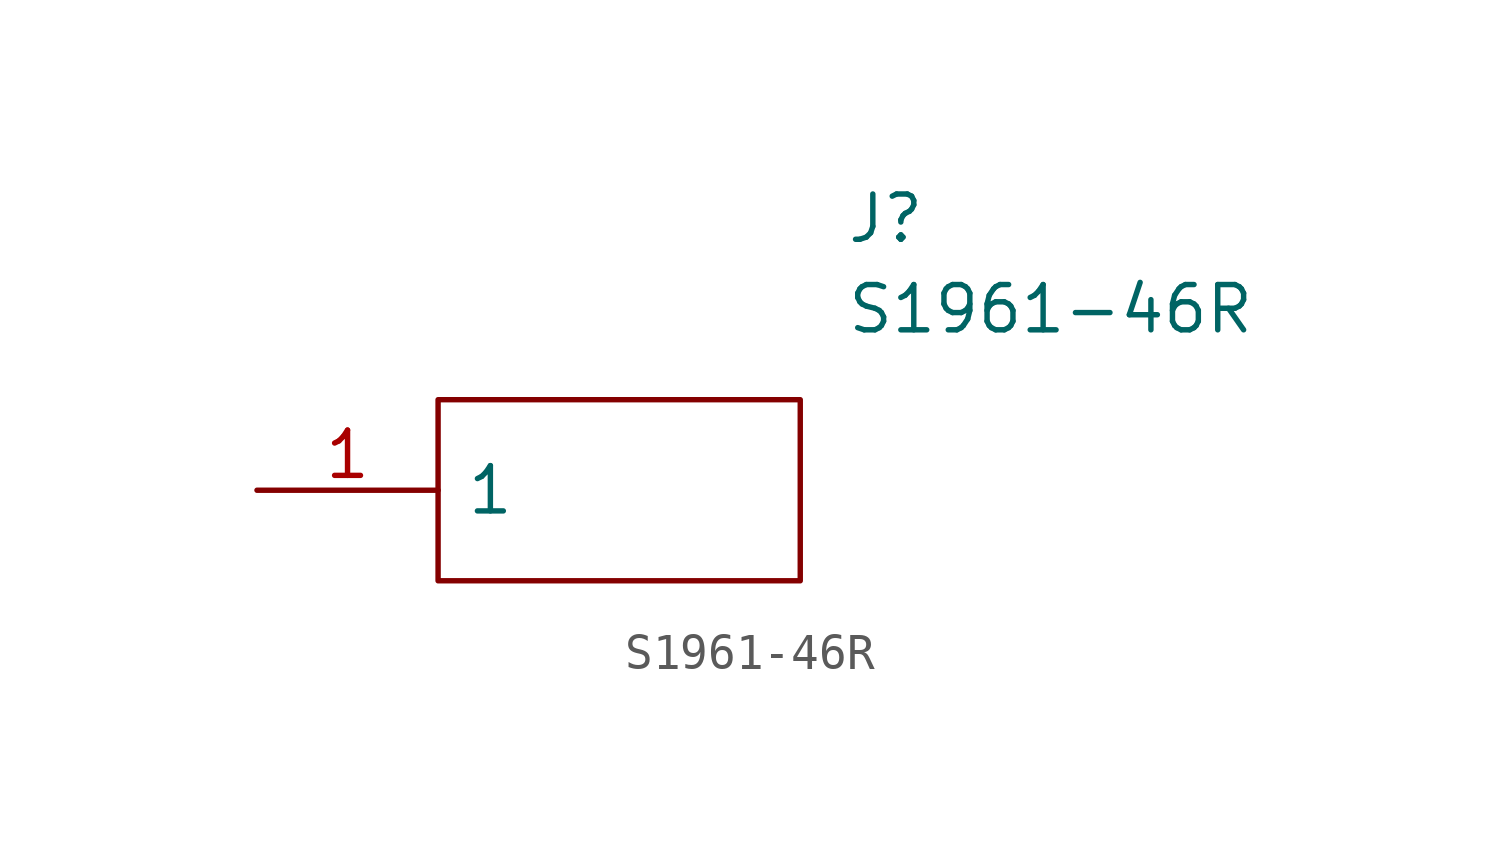
<source format=kicad_sym>
(kicad_symbol_lib
  (version 20220914)
  (generator kicad_symbol_editor)
  (symbol "S1961-46R"
    (pin_names
      (offset 0.762))
    (property "Reference" "J"
      (at 16.51 7.62 0)
      (effects (font (size 1.27 1.27)) (justify left)))
    (property "Value" "S1961-46R"
      (at 16.51 5.08 0)
      (effects (font (size 1.27 1.27)) (justify left)))
    (symbol "S1961-46R_0_0"
      (pin passive line (at 0 0 0) (length 5.08) (name "1" (effects (font (size 1.27 1.27)))) (number "1" (effects (font (size 1.27 1.27))))))
    (symbol "S1961-46R_0_1"
      (polyline (pts (xy 5.08 2.54) (xy 15.24 2.54) (xy 15.24 -2.54) (xy 5.08 -2.54) (xy 5.08 2.54)) (stroke (width 0.152) (type solid)) (fill (type none))))))
</source>
